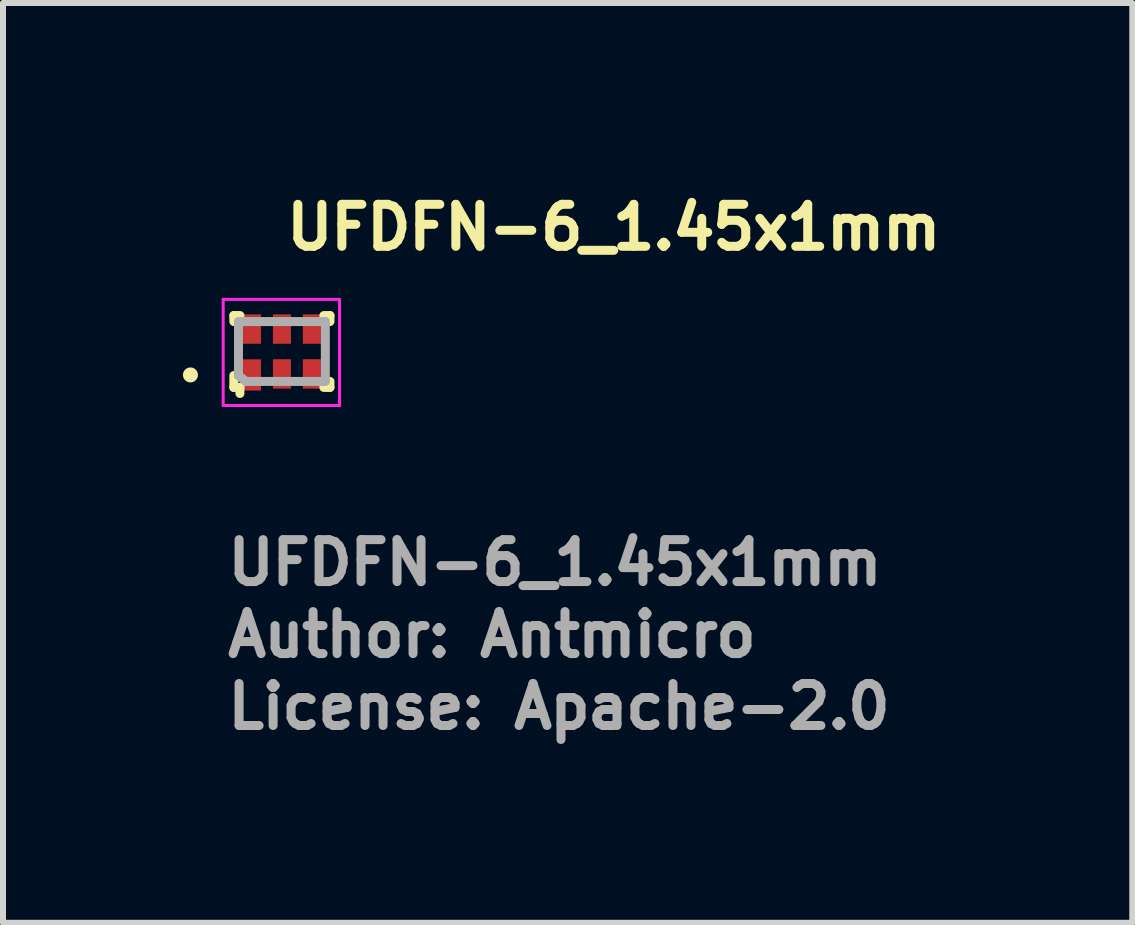
<source format=kicad_pcb>
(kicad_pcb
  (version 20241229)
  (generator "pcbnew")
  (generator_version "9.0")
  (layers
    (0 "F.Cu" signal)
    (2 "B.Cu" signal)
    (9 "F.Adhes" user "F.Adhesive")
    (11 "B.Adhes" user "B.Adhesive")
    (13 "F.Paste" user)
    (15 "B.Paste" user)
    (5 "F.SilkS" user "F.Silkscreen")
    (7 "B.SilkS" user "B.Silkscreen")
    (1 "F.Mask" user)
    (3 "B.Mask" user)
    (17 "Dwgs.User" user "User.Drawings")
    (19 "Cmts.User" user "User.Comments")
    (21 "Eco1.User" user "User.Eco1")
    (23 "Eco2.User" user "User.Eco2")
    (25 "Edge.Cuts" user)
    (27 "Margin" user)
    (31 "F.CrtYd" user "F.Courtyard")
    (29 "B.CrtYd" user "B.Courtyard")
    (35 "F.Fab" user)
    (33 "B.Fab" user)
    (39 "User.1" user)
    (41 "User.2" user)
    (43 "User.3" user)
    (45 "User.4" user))
  (footprint "UFDFN-6_1.45x1mm"
    (layer "F.Cu")
    (at 1.651 2.811)
    (property "Reference" "UFDFN-6_1.45x1mm" (at 0 -1.661 0) (layer "F.SilkS") (effects (font (size 0.7 0.7) (thickness 0.15)) (justify left bottom)))
    (attr smd)
    (fp_line (start -0.802 -0.6) (end -0.802 -0.5) (stroke (width 0.15) (type solid)) (layer "F.SilkS"))
    (fp_line (start -0.802 0.4) (end -0.802 0.598) (stroke (width 0.15) (type solid)) (layer "F.SilkS"))
    (fp_line (start -0.802 0.598) (end -0.701 0.598) (stroke (width 0.15) (type solid)) (layer "F.SilkS"))
    (fp_line (start -0.701 -0.6) (end -0.802 -0.6) (stroke (width 0.15) (type solid)) (layer "F.SilkS"))
    (fp_line (start -0.701 0.598) (end -0.701 0.699) (stroke (width 0.15) (type solid)) (layer "F.SilkS"))
    (fp_line (start 0.699 -0.6) (end 0.8 -0.6) (stroke (width 0.15) (type solid)) (layer "F.SilkS"))
    (fp_line (start 0.699 0.598) (end 0.8 0.598) (stroke (width 0.15) (type solid)) (layer "F.SilkS"))
    (fp_line (start 0.8 -0.6) (end 0.8 -0.5) (stroke (width 0.15) (type solid)) (layer "F.SilkS"))
    (fp_line (start 0.8 0.598) (end 0.8 0.498) (stroke (width 0.15) (type solid)) (layer "F.SilkS"))
    (fp_circle (center -1.526 0.39) (end -1.476 0.39) (stroke (width 0.15) (type solid)) (fill yes) (layer "F.SilkS"))
    (fp_line (start -0.98 -0.87) (end 0.96 -0.87) (stroke (width 0.05) (type solid)) (layer "F.CrtYd"))
    (fp_line (start -0.98 0.9) (end -0.98 -0.87) (stroke (width 0.05) (type solid)) (layer "F.CrtYd"))
    (fp_line (start -0.98 0.9) (end 0.96 0.9) (stroke (width 0.05) (type solid)) (layer "F.CrtYd"))
    (fp_line (start 0.96 0.9) (end 0.96 -0.87) (stroke (width 0.05) (type solid)) (layer "F.CrtYd"))
    (fp_line (start -0.725 0.4) (end -0.725 -0.5) (stroke (width 0.15) (type solid)) (layer "F.Fab"))
    (fp_line (start -0.725 0.4) (end -0.6 0.498) (stroke (width 0.15) (type solid)) (layer "F.Fab"))
    (fp_line (start -0.72 -0.5) (end 0.718 -0.5) (stroke (width 0.15) (type solid)) (layer "F.Fab"))
    (fp_line (start -0.6 0.498) (end 0.718 0.498) (stroke (width 0.15) (type solid)) (layer "F.Fab"))
    (fp_line (start 0.723 0.498) (end 0.723 -0.5) (stroke (width 0.15) (type solid)) (layer "F.Fab"))
    (fp_rect (start -0.725 -0.5) (end 0.723 0.498) (stroke (width 0.1) (type solid)) (fill no) (layer "User.5"))
    (fp_line (start -0.725 -0.5) (end -0.725 0.498) (stroke (width 0.02) (type solid)) (layer "User.9"))
    (fp_line (start -0.725 0.498) (end 0.723 0.498) (stroke (width 0.02) (type solid)) (layer "User.9"))
    (fp_line (start 0.458 -0.339) (end 0.458 -0.337) (stroke (width 0.02) (type solid)) (layer "User.9"))
    (fp_line (start 0.458 -0.339) (end 0.458 -0.337) (stroke (width 0.02) (type solid)) (layer "User.9"))
    (fp_line (start 0.458 -0.337) (end 0.458 -0.335) (stroke (width 0.02) (type solid)) (layer "User.9"))
    (fp_line (start 0.458 -0.337) (end 0.458 -0.335) (stroke (width 0.02) (type solid)) (layer "User.9"))
    (fp_line (start 0.458 -0.335) (end 0.458 -0.332) (stroke (width 0.02) (type solid)) (layer "User.9"))
    (fp_line (start 0.458 -0.335) (end 0.458 -0.332) (stroke (width 0.02) (type solid)) (layer "User.9"))
    (fp_line (start 0.458 -0.332) (end 0.458 -0.33) (stroke (width 0.02) (type solid)) (layer "User.9"))
    (fp_line (start 0.458 -0.332) (end 0.458 -0.33) (stroke (width 0.02) (type solid)) (layer "User.9"))
    (fp_line (start 0.458 -0.33) (end 0.458 -0.326) (stroke (width 0.02) (type solid)) (layer "User.9"))
    (fp_line (start 0.458 -0.33) (end 0.458 -0.326) (stroke (width 0.02) (type solid)) (layer "User.9"))
    (fp_line (start 0.458 -0.326) (end 0.458 -0.322) (stroke (width 0.02) (type solid)) (layer "User.9"))
    (fp_line (start 0.458 -0.326) (end 0.458 -0.322) (stroke (width 0.02) (type solid)) (layer "User.9"))
    (fp_line (start 0.458 -0.322) (end 0.459 -0.317) (stroke (width 0.02) (type solid)) (layer "User.9"))
    (fp_line (start 0.458 -0.322) (end 0.459 -0.317) (stroke (width 0.02) (type solid)) (layer "User.9"))
    (fp_line (start 0.459 -0.345) (end 0.459 -0.343) (stroke (width 0.02) (type solid)) (layer "User.9"))
    (fp_line (start 0.459 -0.345) (end 0.459 -0.343) (stroke (width 0.02) (type solid)) (layer "User.9"))
    (fp_line (start 0.459 -0.343) (end 0.459 -0.341) (stroke (width 0.02) (type solid)) (layer "User.9"))
    (fp_line (start 0.459 -0.343) (end 0.459 -0.341) (stroke (width 0.02) (type solid)) (layer "User.9"))
    (fp_line (start 0.459 -0.341) (end 0.458 -0.339) (stroke (width 0.02) (type solid)) (layer "User.9"))
    (fp_line (start 0.459 -0.341) (end 0.458 -0.339) (stroke (width 0.02) (type solid)) (layer "User.9"))
    (fp_line (start 0.459 -0.317) (end 0.46 -0.313) (stroke (width 0.02) (type solid)) (layer "User.9"))
    (fp_line (start 0.459 -0.317) (end 0.46 -0.313) (stroke (width 0.02) (type solid)) (layer "User.9"))
    (fp_line (start 0.46 -0.347) (end 0.459 -0.345) (stroke (width 0.02) (type solid)) (layer "User.9"))
    (fp_line (start 0.46 -0.347) (end 0.459 -0.345) (stroke (width 0.02) (type solid)) (layer "User.9"))
    (fp_line (start 0.46 -0.313) (end 0.461 -0.309) (stroke (width 0.02) (type solid)) (layer "User.9"))
    (fp_line (start 0.46 -0.313) (end 0.461 -0.309) (stroke (width 0.02) (type solid)) (layer "User.9"))
    (fp_line (start 0.461 -0.35) (end 0.461 -0.349) (stroke (width 0.02) (type solid)) (layer "User.9"))
    (fp_line (start 0.461 -0.35) (end 0.461 -0.349) (stroke (width 0.02) (type solid)) (layer "User.9"))
    (fp_line (start 0.461 -0.349) (end 0.46 -0.347) (stroke (width 0.02) (type solid)) (layer "User.9"))
    (fp_line (start 0.461 -0.349) (end 0.46 -0.347) (stroke (width 0.02) (type solid)) (layer "User.9"))
    (fp_line (start 0.461 -0.309) (end 0.463 -0.306) (stroke (width 0.02) (type solid)) (layer "User.9"))
    (fp_line (start 0.461 -0.309) (end 0.463 -0.306) (stroke (width 0.02) (type solid)) (layer "User.9"))
    (fp_line (start 0.462 -0.352) (end 0.461 -0.35) (stroke (width 0.02) (type solid)) (layer "User.9"))
    (fp_line (start 0.462 -0.352) (end 0.461 -0.35) (stroke (width 0.02) (type solid)) (layer "User.9"))
    (fp_line (start 0.463 -0.355) (end 0.463 -0.353) (stroke (width 0.02) (type solid)) (layer "User.9"))
    (fp_line (start 0.463 -0.355) (end 0.463 -0.353) (stroke (width 0.02) (type solid)) (layer "User.9"))
    (fp_line (start 0.463 -0.353) (end 0.462 -0.352) (stroke (width 0.02) (type solid)) (layer "User.9"))
    (fp_line (start 0.463 -0.353) (end 0.462 -0.352) (stroke (width 0.02) (type solid)) (layer "User.9"))
    (fp_line (start 0.463 -0.306) (end 0.464 -0.302) (stroke (width 0.02) (type solid)) (layer "User.9"))
    (fp_line (start 0.463 -0.306) (end 0.464 -0.302) (stroke (width 0.02) (type solid)) (layer "User.9"))
    (fp_line (start 0.464 -0.357) (end 0.463 -0.355) (stroke (width 0.02) (type solid)) (layer "User.9"))
    (fp_line (start 0.464 -0.357) (end 0.463 -0.355) (stroke (width 0.02) (type solid)) (layer "User.9"))
    (fp_line (start 0.464 -0.302) (end 0.466 -0.298) (stroke (width 0.02) (type solid)) (layer "User.9"))
    (fp_line (start 0.464 -0.302) (end 0.466 -0.298) (stroke (width 0.02) (type solid)) (layer "User.9"))
    (fp_line (start 0.465 -0.359) (end 0.464 -0.357) (stroke (width 0.02) (type solid)) (layer "User.9"))
    (fp_line (start 0.465 -0.359) (end 0.464 -0.357) (stroke (width 0.02) (type solid)) (layer "User.9"))
    (fp_line (start 0.466 -0.36) (end 0.465 -0.359) (stroke (width 0.02) (type solid)) (layer "User.9"))
    (fp_line (start 0.466 -0.36) (end 0.465 -0.359) (stroke (width 0.02) (type solid)) (layer "User.9"))
    (fp_line (start 0.466 -0.298) (end 0.468 -0.295) (stroke (width 0.02) (type solid)) (layer "User.9"))
    (fp_line (start 0.466 -0.298) (end 0.468 -0.295) (stroke (width 0.02) (type solid)) (layer "User.9"))
    (fp_line (start 0.467 -0.362) (end 0.466 -0.36) (stroke (width 0.02) (type solid)) (layer "User.9"))
    (fp_line (start 0.467 -0.362) (end 0.466 -0.36) (stroke (width 0.02) (type solid)) (layer "User.9"))
    (fp_line (start 0.468 -0.364) (end 0.467 -0.362) (stroke (width 0.02) (type solid)) (layer "User.9"))
    (fp_line (start 0.468 -0.364) (end 0.467 -0.362) (stroke (width 0.02) (type solid)) (layer "User.9"))
    (fp_line (start 0.468 -0.295) (end 0.471 -0.292) (stroke (width 0.02) (type solid)) (layer "User.9"))
    (fp_line (start 0.468 -0.295) (end 0.471 -0.292) (stroke (width 0.02) (type solid)) (layer "User.9"))
    (fp_line (start 0.469 -0.365) (end 0.468 -0.364) (stroke (width 0.02) (type solid)) (layer "User.9"))
    (fp_line (start 0.469 -0.365) (end 0.468 -0.364) (stroke (width 0.02) (type solid)) (layer "User.9"))
    (fp_line (start 0.471 -0.367) (end 0.469 -0.365) (stroke (width 0.02) (type solid)) (layer "User.9"))
    (fp_line (start 0.471 -0.367) (end 0.469 -0.365) (stroke (width 0.02) (type solid)) (layer "User.9"))
    (fp_line (start 0.471 -0.292) (end 0.473 -0.289) (stroke (width 0.02) (type solid)) (layer "User.9"))
    (fp_line (start 0.471 -0.292) (end 0.473 -0.289) (stroke (width 0.02) (type solid)) (layer "User.9"))
    (fp_line (start 0.472 -0.369) (end 0.471 -0.367) (stroke (width 0.02) (type solid)) (layer "User.9"))
    (fp_line (start 0.472 -0.369) (end 0.471 -0.367) (stroke (width 0.02) (type solid)) (layer "User.9"))
    (fp_line (start 0.473 -0.37) (end 0.472 -0.369) (stroke (width 0.02) (type solid)) (layer "User.9"))
    (fp_line (start 0.473 -0.37) (end 0.472 -0.369) (stroke (width 0.02) (type solid)) (layer "User.9"))
    (fp_line (start 0.473 -0.289) (end 0.476 -0.287) (stroke (width 0.02) (type solid)) (layer "User.9"))
    (fp_line (start 0.473 -0.289) (end 0.476 -0.287) (stroke (width 0.02) (type solid)) (layer "User.9"))
    (fp_line (start 0.474 -0.372) (end 0.473 -0.37) (stroke (width 0.02) (type solid)) (layer "User.9"))
    (fp_line (start 0.474 -0.372) (end 0.473 -0.37) (stroke (width 0.02) (type solid)) (layer "User.9"))
    (fp_line (start 0.476 -0.373) (end 0.474 -0.372) (stroke (width 0.02) (type solid)) (layer "User.9"))
    (fp_line (start 0.476 -0.373) (end 0.474 -0.372) (stroke (width 0.02) (type solid)) (layer "User.9"))
    (fp_line (start 0.476 -0.287) (end 0.479 -0.284) (stroke (width 0.02) (type solid)) (layer "User.9"))
    (fp_line (start 0.476 -0.287) (end 0.479 -0.284) (stroke (width 0.02) (type solid)) (layer "User.9"))
    (fp_line (start 0.477 -0.375) (end 0.476 -0.373) (stroke (width 0.02) (type solid)) (layer "User.9"))
    (fp_line (start 0.477 -0.375) (end 0.476 -0.373) (stroke (width 0.02) (type solid)) (layer "User.9"))
    (fp_line (start 0.479 -0.377) (end 0.479 -0.376) (stroke (width 0.02) (type solid)) (layer "User.9"))
    (fp_line (start 0.479 -0.377) (end 0.479 -0.376) (stroke (width 0.02) (type solid)) (layer "User.9"))
    (fp_line (start 0.479 -0.376) (end 0.477 -0.375) (stroke (width 0.02) (type solid)) (layer "User.9"))
    (fp_line (start 0.479 -0.376) (end 0.477 -0.375) (stroke (width 0.02) (type solid)) (layer "User.9"))
    (fp_line (start 0.479 -0.284) (end 0.481 -0.281) (stroke (width 0.02) (type solid)) (layer "User.9"))
    (fp_line (start 0.479 -0.284) (end 0.481 -0.281) (stroke (width 0.02) (type solid)) (layer "User.9"))
    (fp_line (start 0.481 -0.379) (end 0.479 -0.377) (stroke (width 0.02) (type solid)) (layer "User.9"))
    (fp_line (start 0.481 -0.379) (end 0.479 -0.377) (stroke (width 0.02) (type solid)) (layer "User.9"))
    (fp_line (start 0.481 -0.281) (end 0.484 -0.279) (stroke (width 0.02) (type solid)) (layer "User.9"))
    (fp_line (start 0.481 -0.281) (end 0.484 -0.279) (stroke (width 0.02) (type solid)) (layer "User.9"))
    (fp_line (start 0.483 -0.38) (end 0.481 -0.379) (stroke (width 0.02) (type solid)) (layer "User.9"))
    (fp_line (start 0.483 -0.38) (end 0.481 -0.379) (stroke (width 0.02) (type solid)) (layer "User.9"))
    (fp_line (start 0.484 -0.381) (end 0.483 -0.38) (stroke (width 0.02) (type solid)) (layer "User.9"))
    (fp_line (start 0.484 -0.381) (end 0.483 -0.38) (stroke (width 0.02) (type solid)) (layer "User.9"))
    (fp_line (start 0.484 -0.279) (end 0.488 -0.277) (stroke (width 0.02) (type solid)) (layer "User.9"))
    (fp_line (start 0.484 -0.279) (end 0.488 -0.277) (stroke (width 0.02) (type solid)) (layer "User.9"))
    (fp_line (start 0.486 -0.382) (end 0.484 -0.381) (stroke (width 0.02) (type solid)) (layer "User.9"))
    (fp_line (start 0.486 -0.382) (end 0.484 -0.381) (stroke (width 0.02) (type solid)) (layer "User.9"))
    (fp_line (start 0.488 -0.383) (end 0.486 -0.382) (stroke (width 0.02) (type solid)) (layer "User.9"))
    (fp_line (start 0.488 -0.383) (end 0.486 -0.382) (stroke (width 0.02) (type solid)) (layer "User.9"))
    (fp_line (start 0.488 -0.383) (end 0.488 -0.383) (stroke (width 0.02) (type solid)) (layer "User.9"))
    (fp_line (start 0.488 -0.383) (end 0.488 -0.383) (stroke (width 0.02) (type solid)) (layer "User.9"))
    (fp_line (start 0.488 -0.277) (end 0.488 -0.277) (stroke (width 0.02) (type solid)) (layer "User.9"))
    (fp_line (start 0.488 -0.277) (end 0.488 -0.277) (stroke (width 0.02) (type solid)) (layer "User.9"))
    (fp_line (start 0.488 -0.277) (end 0.491 -0.275) (stroke (width 0.02) (type solid)) (layer "User.9"))
    (fp_line (start 0.488 -0.277) (end 0.491 -0.275) (stroke (width 0.02) (type solid)) (layer "User.9"))
    (fp_line (start 0.491 -0.386) (end 0.488 -0.383) (stroke (width 0.02) (type solid)) (layer "User.9"))
    (fp_line (start 0.491 -0.386) (end 0.488 -0.383) (stroke (width 0.02) (type solid)) (layer "User.9"))
    (fp_line (start 0.491 -0.275) (end 0.495 -0.273) (stroke (width 0.02) (type solid)) (layer "User.9"))
    (fp_line (start 0.491 -0.275) (end 0.495 -0.273) (stroke (width 0.02) (type solid)) (layer "User.9"))
    (fp_line (start 0.495 -0.388) (end 0.491 -0.386) (stroke (width 0.02) (type solid)) (layer "User.9"))
    (fp_line (start 0.495 -0.388) (end 0.491 -0.386) (stroke (width 0.02) (type solid)) (layer "User.9"))
    (fp_line (start 0.495 -0.273) (end 0.499 -0.272) (stroke (width 0.02) (type solid)) (layer "User.9"))
    (fp_line (start 0.495 -0.273) (end 0.499 -0.272) (stroke (width 0.02) (type solid)) (layer "User.9"))
    (fp_line (start 0.499 -0.389) (end 0.495 -0.388) (stroke (width 0.02) (type solid)) (layer "User.9"))
    (fp_line (start 0.499 -0.389) (end 0.495 -0.388) (stroke (width 0.02) (type solid)) (layer "User.9"))
    (fp_line (start 0.499 -0.272) (end 0.503 -0.27) (stroke (width 0.02) (type solid)) (layer "User.9"))
    (fp_line (start 0.499 -0.272) (end 0.503 -0.27) (stroke (width 0.02) (type solid)) (layer "User.9"))
    (fp_line (start 0.503 -0.39) (end 0.499 -0.389) (stroke (width 0.02) (type solid)) (layer "User.9"))
    (fp_line (start 0.503 -0.39) (end 0.499 -0.389) (stroke (width 0.02) (type solid)) (layer "User.9"))
    (fp_line (start 0.503 -0.27) (end 0.507 -0.27) (stroke (width 0.02) (type solid)) (layer "User.9"))
    (fp_line (start 0.503 -0.27) (end 0.507 -0.27) (stroke (width 0.02) (type solid)) (layer "User.9"))
    (fp_line (start 0.507 -0.391) (end 0.503 -0.39) (stroke (width 0.02) (type solid)) (layer "User.9"))
    (fp_line (start 0.507 -0.391) (end 0.503 -0.39) (stroke (width 0.02) (type solid)) (layer "User.9"))
    (fp_line (start 0.507 -0.27) (end 0.512 -0.269) (stroke (width 0.02) (type solid)) (layer "User.9"))
    (fp_line (start 0.507 -0.27) (end 0.512 -0.269) (stroke (width 0.02) (type solid)) (layer "User.9"))
    (fp_line (start 0.512 -0.392) (end 0.507 -0.391) (stroke (width 0.02) (type solid)) (layer "User.9"))
    (fp_line (start 0.512 -0.392) (end 0.507 -0.391) (stroke (width 0.02) (type solid)) (layer "User.9"))
    (fp_line (start 0.512 -0.269) (end 0.516 -0.269) (stroke (width 0.02) (type solid)) (layer "User.9"))
    (fp_line (start 0.512 -0.269) (end 0.516 -0.269) (stroke (width 0.02) (type solid)) (layer "User.9"))
    (fp_line (start 0.516 -0.392) (end 0.512 -0.392) (stroke (width 0.02) (type solid)) (layer "User.9"))
    (fp_line (start 0.516 -0.392) (end 0.512 -0.392) (stroke (width 0.02) (type solid)) (layer "User.9"))
    (fp_line (start 0.516 -0.269) (end 0.52 -0.268) (stroke (width 0.02) (type solid)) (layer "User.9"))
    (fp_line (start 0.516 -0.269) (end 0.52 -0.268) (stroke (width 0.02) (type solid)) (layer "User.9"))
    (fp_line (start 0.52 -0.392) (end 0.516 -0.392) (stroke (width 0.02) (type solid)) (layer "User.9"))
    (fp_line (start 0.52 -0.392) (end 0.516 -0.392) (stroke (width 0.02) (type solid)) (layer "User.9"))
    (fp_line (start 0.52 -0.268) (end 0.524 -0.269) (stroke (width 0.02) (type solid)) (layer "User.9"))
    (fp_line (start 0.52 -0.268) (end 0.524 -0.269) (stroke (width 0.02) (type solid)) (layer "User.9"))
    (fp_line (start 0.524 -0.392) (end 0.52 -0.392) (stroke (width 0.02) (type solid)) (layer "User.9"))
    (fp_line (start 0.524 -0.392) (end 0.52 -0.392) (stroke (width 0.02) (type solid)) (layer "User.9"))
    (fp_line (start 0.524 -0.269) (end 0.528 -0.269) (stroke (width 0.02) (type solid)) (layer "User.9"))
    (fp_line (start 0.524 -0.269) (end 0.528 -0.269) (stroke (width 0.02) (type solid)) (layer "User.9"))
    (fp_line (start 0.528 -0.392) (end 0.524 -0.392) (stroke (width 0.02) (type solid)) (layer "User.9"))
    (fp_line (start 0.528 -0.392) (end 0.524 -0.392) (stroke (width 0.02) (type solid)) (layer "User.9"))
    (fp_line (start 0.528 -0.269) (end 0.532 -0.27) (stroke (width 0.02) (type solid)) (layer "User.9"))
    (fp_line (start 0.528 -0.269) (end 0.532 -0.27) (stroke (width 0.02) (type solid)) (layer "User.9"))
    (fp_line (start 0.532 -0.391) (end 0.528 -0.392) (stroke (width 0.02) (type solid)) (layer "User.9"))
    (fp_line (start 0.532 -0.391) (end 0.528 -0.392) (stroke (width 0.02) (type solid)) (layer "User.9"))
    (fp_line (start 0.532 -0.27) (end 0.536 -0.27) (stroke (width 0.02) (type solid)) (layer "User.9"))
    (fp_line (start 0.532 -0.27) (end 0.536 -0.27) (stroke (width 0.02) (type solid)) (layer "User.9"))
    (fp_line (start 0.536 -0.39) (end 0.532 -0.391) (stroke (width 0.02) (type solid)) (layer "User.9"))
    (fp_line (start 0.536 -0.39) (end 0.532 -0.391) (stroke (width 0.02) (type solid)) (layer "User.9"))
    (fp_line (start 0.536 -0.27) (end 0.54 -0.272) (stroke (width 0.02) (type solid)) (layer "User.9"))
    (fp_line (start 0.536 -0.27) (end 0.54 -0.272) (stroke (width 0.02) (type solid)) (layer "User.9"))
    (fp_line (start 0.54 -0.389) (end 0.536 -0.39) (stroke (width 0.02) (type solid)) (layer "User.9"))
    (fp_line (start 0.54 -0.389) (end 0.536 -0.39) (stroke (width 0.02) (type solid)) (layer "User.9"))
    (fp_line (start 0.54 -0.272) (end 0.543 -0.273) (stroke (width 0.02) (type solid)) (layer "User.9"))
    (fp_line (start 0.54 -0.272) (end 0.543 -0.273) (stroke (width 0.02) (type solid)) (layer "User.9"))
    (fp_line (start 0.543 -0.388) (end 0.54 -0.389) (stroke (width 0.02) (type solid)) (layer "User.9"))
    (fp_line (start 0.543 -0.388) (end 0.54 -0.389) (stroke (width 0.02) (type solid)) (layer "User.9"))
    (fp_line (start 0.543 -0.273) (end 0.547 -0.275) (stroke (width 0.02) (type solid)) (layer "User.9"))
    (fp_line (start 0.543 -0.273) (end 0.547 -0.275) (stroke (width 0.02) (type solid)) (layer "User.9"))
    (fp_line (start 0.547 -0.386) (end 0.543 -0.388) (stroke (width 0.02) (type solid)) (layer "User.9"))
    (fp_line (start 0.547 -0.386) (end 0.543 -0.388) (stroke (width 0.02) (type solid)) (layer "User.9"))
    (fp_line (start 0.547 -0.275) (end 0.551 -0.277) (stroke (width 0.02) (type solid)) (layer "User.9"))
    (fp_line (start 0.547 -0.275) (end 0.551 -0.277) (stroke (width 0.02) (type solid)) (layer "User.9"))
    (fp_line (start 0.551 -0.383) (end 0.547 -0.386) (stroke (width 0.02) (type solid)) (layer "User.9"))
    (fp_line (start 0.551 -0.383) (end 0.547 -0.386) (stroke (width 0.02) (type solid)) (layer "User.9"))
    (fp_line (start 0.551 -0.383) (end 0.551 -0.383) (stroke (width 0.02) (type solid)) (layer "User.9"))
    (fp_line (start 0.551 -0.383) (end 0.551 -0.383) (stroke (width 0.02) (type solid)) (layer "User.9"))
    (fp_line (start 0.551 -0.277) (end 0.551 -0.277) (stroke (width 0.02) (type solid)) (layer "User.9"))
    (fp_line (start 0.551 -0.277) (end 0.551 -0.277) (stroke (width 0.02) (type solid)) (layer "User.9"))
    (fp_line (start 0.551 -0.277) (end 0.553 -0.278) (stroke (width 0.02) (type solid)) (layer "User.9"))
    (fp_line (start 0.551 -0.277) (end 0.553 -0.278) (stroke (width 0.02) (type solid)) (layer "User.9"))
    (fp_line (start 0.553 -0.278) (end 0.554 -0.279) (stroke (width 0.02) (type solid)) (layer "User.9"))
    (fp_line (start 0.553 -0.278) (end 0.554 -0.279) (stroke (width 0.02) (type solid)) (layer "User.9"))
    (fp_line (start 0.554 -0.381) (end 0.551 -0.383) (stroke (width 0.02) (type solid)) (layer "User.9"))
    (fp_line (start 0.554 -0.381) (end 0.551 -0.383) (stroke (width 0.02) (type solid)) (layer "User.9"))
    (fp_line (start 0.554 -0.279) (end 0.556 -0.28) (stroke (width 0.02) (type solid)) (layer "User.9"))
    (fp_line (start 0.554 -0.279) (end 0.556 -0.28) (stroke (width 0.02) (type solid)) (layer "User.9"))
    (fp_line (start 0.556 -0.28) (end 0.558 -0.281) (stroke (width 0.02) (type solid)) (layer "User.9"))
    (fp_line (start 0.556 -0.28) (end 0.558 -0.281) (stroke (width 0.02) (type solid)) (layer "User.9"))
    (fp_line (start 0.558 -0.379) (end 0.554 -0.381) (stroke (width 0.02) (type solid)) (layer "User.9"))
    (fp_line (start 0.558 -0.379) (end 0.554 -0.381) (stroke (width 0.02) (type solid)) (layer "User.9"))
    (fp_line (start 0.558 -0.281) (end 0.559 -0.283) (stroke (width 0.02) (type solid)) (layer "User.9"))
    (fp_line (start 0.558 -0.281) (end 0.559 -0.283) (stroke (width 0.02) (type solid)) (layer "User.9"))
    (fp_line (start 0.559 -0.283) (end 0.561 -0.284) (stroke (width 0.02) (type solid)) (layer "User.9"))
    (fp_line (start 0.559 -0.283) (end 0.561 -0.284) (stroke (width 0.02) (type solid)) (layer "User.9"))
    (fp_line (start 0.561 -0.376) (end 0.558 -0.379) (stroke (width 0.02) (type solid)) (layer "User.9"))
    (fp_line (start 0.561 -0.376) (end 0.558 -0.379) (stroke (width 0.02) (type solid)) (layer "User.9"))
    (fp_line (start 0.561 -0.284) (end 0.562 -0.285) (stroke (width 0.02) (type solid)) (layer "User.9"))
    (fp_line (start 0.561 -0.284) (end 0.562 -0.285) (stroke (width 0.02) (type solid)) (layer "User.9"))
    (fp_line (start 0.562 -0.285) (end 0.564 -0.287) (stroke (width 0.02) (type solid)) (layer "User.9"))
    (fp_line (start 0.562 -0.285) (end 0.564 -0.287) (stroke (width 0.02) (type solid)) (layer "User.9"))
    (fp_line (start 0.564 -0.373) (end 0.561 -0.376) (stroke (width 0.02) (type solid)) (layer "User.9"))
    (fp_line (start 0.564 -0.373) (end 0.561 -0.376) (stroke (width 0.02) (type solid)) (layer "User.9"))
    (fp_line (start 0.564 -0.287) (end 0.565 -0.288) (stroke (width 0.02) (type solid)) (layer "User.9"))
    (fp_line (start 0.564 -0.287) (end 0.565 -0.288) (stroke (width 0.02) (type solid)) (layer "User.9"))
    (fp_line (start 0.565 -0.288) (end 0.567 -0.289) (stroke (width 0.02) (type solid)) (layer "User.9"))
    (fp_line (start 0.565 -0.288) (end 0.567 -0.289) (stroke (width 0.02) (type solid)) (layer "User.9"))
    (fp_line (start 0.567 -0.37) (end 0.564 -0.373) (stroke (width 0.02) (type solid)) (layer "User.9"))
    (fp_line (start 0.567 -0.37) (end 0.564 -0.373) (stroke (width 0.02) (type solid)) (layer "User.9"))
    (fp_line (start 0.567 -0.289) (end 0.568 -0.29) (stroke (width 0.02) (type solid)) (layer "User.9"))
    (fp_line (start 0.567 -0.289) (end 0.568 -0.29) (stroke (width 0.02) (type solid)) (layer "User.9"))
    (fp_line (start 0.568 -0.29) (end 0.569 -0.292) (stroke (width 0.02) (type solid)) (layer "User.9"))
    (fp_line (start 0.568 -0.29) (end 0.569 -0.292) (stroke (width 0.02) (type solid)) (layer "User.9"))
    (fp_line (start 0.569 -0.367) (end 0.567 -0.37) (stroke (width 0.02) (type solid)) (layer "User.9"))
    (fp_line (start 0.569 -0.367) (end 0.567 -0.37) (stroke (width 0.02) (type solid)) (layer "User.9"))
    (fp_line (start 0.569 -0.292) (end 0.57 -0.293) (stroke (width 0.02) (type solid)) (layer "User.9"))
    (fp_line (start 0.569 -0.292) (end 0.57 -0.293) (stroke (width 0.02) (type solid)) (layer "User.9"))
    (fp_line (start 0.57 -0.293) (end 0.571 -0.295) (stroke (width 0.02) (type solid)) (layer "User.9"))
    (fp_line (start 0.57 -0.293) (end 0.571 -0.295) (stroke (width 0.02) (type solid)) (layer "User.9"))
    (fp_line (start 0.571 -0.364) (end 0.569 -0.367) (stroke (width 0.02) (type solid)) (layer "User.9"))
    (fp_line (start 0.571 -0.364) (end 0.569 -0.367) (stroke (width 0.02) (type solid)) (layer "User.9"))
    (fp_line (start 0.571 -0.295) (end 0.573 -0.297) (stroke (width 0.02) (type solid)) (layer "User.9"))
    (fp_line (start 0.571 -0.295) (end 0.573 -0.297) (stroke (width 0.02) (type solid)) (layer "User.9"))
    (fp_line (start 0.573 -0.297) (end 0.574 -0.298) (stroke (width 0.02) (type solid)) (layer "User.9"))
    (fp_line (start 0.573 -0.297) (end 0.574 -0.298) (stroke (width 0.02) (type solid)) (layer "User.9"))
    (fp_line (start 0.574 -0.36) (end 0.571 -0.364) (stroke (width 0.02) (type solid)) (layer "User.9"))
    (fp_line (start 0.574 -0.36) (end 0.571 -0.364) (stroke (width 0.02) (type solid)) (layer "User.9"))
    (fp_line (start 0.574 -0.298) (end 0.575 -0.3) (stroke (width 0.02) (type solid)) (layer "User.9"))
    (fp_line (start 0.574 -0.298) (end 0.575 -0.3) (stroke (width 0.02) (type solid)) (layer "User.9"))
    (fp_line (start 0.575 -0.357) (end 0.574 -0.36) (stroke (width 0.02) (type solid)) (layer "User.9"))
    (fp_line (start 0.575 -0.357) (end 0.574 -0.36) (stroke (width 0.02) (type solid)) (layer "User.9"))
    (fp_line (start 0.575 -0.302) (end 0.576 -0.304) (stroke (width 0.02) (type solid)) (layer "User.9"))
    (fp_line (start 0.575 -0.302) (end 0.576 -0.304) (stroke (width 0.02) (type solid)) (layer "User.9"))
    (fp_line (start 0.575 -0.3) (end 0.575 -0.302) (stroke (width 0.02) (type solid)) (layer "User.9"))
    (fp_line (start 0.575 -0.3) (end 0.575 -0.302) (stroke (width 0.02) (type solid)) (layer "User.9"))
    (fp_line (start 0.576 -0.353) (end 0.575 -0.357) (stroke (width 0.02) (type solid)) (layer "User.9"))
    (fp_line (start 0.576 -0.353) (end 0.575 -0.357) (stroke (width 0.02) (type solid)) (layer "User.9"))
    (fp_line (start 0.576 -0.306) (end 0.577 -0.307) (stroke (width 0.02) (type solid)) (layer "User.9"))
    (fp_line (start 0.576 -0.306) (end 0.577 -0.307) (stroke (width 0.02) (type solid)) (layer "User.9"))
    (fp_line (start 0.576 -0.304) (end 0.576 -0.306) (stroke (width 0.02) (type solid)) (layer "User.9"))
    (fp_line (start 0.576 -0.304) (end 0.576 -0.306) (stroke (width 0.02) (type solid)) (layer "User.9"))
    (fp_line (start 0.577 -0.307) (end 0.578 -0.309) (stroke (width 0.02) (type solid)) (layer "User.9"))
    (fp_line (start 0.577 -0.307) (end 0.578 -0.309) (stroke (width 0.02) (type solid)) (layer "User.9"))
    (fp_line (start 0.578 -0.35) (end 0.576 -0.353) (stroke (width 0.02) (type solid)) (layer "User.9"))
    (fp_line (start 0.578 -0.35) (end 0.576 -0.353) (stroke (width 0.02) (type solid)) (layer "User.9"))
    (fp_line (start 0.578 -0.311) (end 0.579 -0.313) (stroke (width 0.02) (type solid)) (layer "User.9"))
    (fp_line (start 0.578 -0.311) (end 0.579 -0.313) (stroke (width 0.02) (type solid)) (layer "User.9"))
    (fp_line (start 0.578 -0.309) (end 0.578 -0.311) (stroke (width 0.02) (type solid)) (layer "User.9"))
    (fp_line (start 0.578 -0.309) (end 0.578 -0.311) (stroke (width 0.02) (type solid)) (layer "User.9"))
    (fp_line (start 0.579 -0.347) (end 0.578 -0.35) (stroke (width 0.02) (type solid)) (layer "User.9"))
    (fp_line (start 0.579 -0.347) (end 0.578 -0.35) (stroke (width 0.02) (type solid)) (layer "User.9"))
    (fp_line (start 0.579 -0.315) (end 0.58 -0.317) (stroke (width 0.02) (type solid)) (layer "User.9"))
    (fp_line (start 0.579 -0.315) (end 0.58 -0.317) (stroke (width 0.02) (type solid)) (layer "User.9"))
    (fp_line (start 0.579 -0.313) (end 0.579 -0.315) (stroke (width 0.02) (type solid)) (layer "User.9"))
    (fp_line (start 0.579 -0.313) (end 0.579 -0.315) (stroke (width 0.02) (type solid)) (layer "User.9"))
    (fp_line (start 0.58 -0.343) (end 0.579 -0.347) (stroke (width 0.02) (type solid)) (layer "User.9"))
    (fp_line (start 0.58 -0.343) (end 0.579 -0.347) (stroke (width 0.02) (type solid)) (layer "User.9"))
    (fp_line (start 0.58 -0.339) (end 0.58 -0.343) (stroke (width 0.02) (type solid)) (layer "User.9"))
    (fp_line (start 0.58 -0.339) (end 0.58 -0.343) (stroke (width 0.02) (type solid)) (layer "User.9"))
    (fp_line (start 0.58 -0.322) (end 0.581 -0.324) (stroke (width 0.02) (type solid)) (layer "User.9"))
    (fp_line (start 0.58 -0.322) (end 0.581 -0.324) (stroke (width 0.02) (type solid)) (layer "User.9"))
    (fp_line (start 0.58 -0.319) (end 0.58 -0.322) (stroke (width 0.02) (type solid)) (layer "User.9"))
    (fp_line (start 0.58 -0.319) (end 0.58 -0.322) (stroke (width 0.02) (type solid)) (layer "User.9"))
    (fp_line (start 0.58 -0.317) (end 0.58 -0.319) (stroke (width 0.02) (type solid)) (layer "User.9"))
    (fp_line (start 0.58 -0.317) (end 0.58 -0.319) (stroke (width 0.02) (type solid)) (layer "User.9"))
    (fp_line (start 0.581 -0.335) (end 0.58 -0.339) (stroke (width 0.02) (type solid)) (layer "User.9"))
    (fp_line (start 0.581 -0.335) (end 0.58 -0.339) (stroke (width 0.02) (type solid)) (layer "User.9"))
    (fp_line (start 0.581 -0.33) (end 0.581 -0.335) (stroke (width 0.02) (type solid)) (layer "User.9"))
    (fp_line (start 0.581 -0.33) (end 0.581 -0.335) (stroke (width 0.02) (type solid)) (layer "User.9"))
    (fp_line (start 0.581 -0.328) (end 0.581 -0.33) (stroke (width 0.02) (type solid)) (layer "User.9"))
    (fp_line (start 0.581 -0.328) (end 0.581 -0.33) (stroke (width 0.02) (type solid)) (layer "User.9"))
    (fp_line (start 0.581 -0.326) (end 0.581 -0.328) (stroke (width 0.02) (type solid)) (layer "User.9"))
    (fp_line (start 0.581 -0.326) (end 0.581 -0.328) (stroke (width 0.02) (type solid)) (layer "User.9"))
    (fp_line (start 0.581 -0.324) (end 0.581 -0.326) (stroke (width 0.02) (type solid)) (layer "User.9"))
    (fp_line (start 0.581 -0.324) (end 0.581 -0.326) (stroke (width 0.02) (type solid)) (layer "User.9"))
    (fp_line (start 0.723 -0.5) (end -0.725 -0.5) (stroke (width 0.02) (type solid)) (layer "User.9"))
    (fp_line (start 0.723 0.498) (end 0.723 -0.5) (stroke (width 0.02) (type solid)) (layer "User.9"))
    (fp_text user "License: Apache-2.0" (at -0.98 6.328 0) (layer "F.Fab") (effects (font (size 0.7 0.7) (thickness 0.15)) (justify left bottom)))
    (fp_text user "${REFERENCE}" (at -0.98 3.929 0) (layer "F.Fab") (effects (font (size 0.7 0.7) (thickness 0.15)) (justify left bottom)))
    (fp_text user "Author: Antmicro" (at -0.98 5.129 0) (layer "F.Fab") (effects (font (size 0.7 0.7) (thickness 0.15)) (justify left bottom)))
    (pad "1" smd rect (at -0.5 0.39) (size 0.3 0.52) (layers "F.Cu" "F.Mask" "F.Paste"))
    (pad "2" smd rect (at 0 0.373) (size 0.3 0.49) (layers "F.Cu" "F.Mask" "F.Paste"))
    (pad "3" smd rect (at 0.498 0.373) (size 0.3 0.49) (layers "F.Cu" "F.Mask" "F.Paste"))
    (pad "4" smd rect (at 0.498 -0.375) (size 0.3 0.49) (layers "F.Cu" "F.Mask" "F.Paste"))
    (pad "5" smd rect (at 0 -0.375) (size 0.3 0.49) (layers "F.Cu" "F.Mask" "F.Paste"))
    (pad "6" smd rect (at -0.5 -0.375) (size 0.3 0.49) (layers "F.Cu" "F.Mask" "F.Paste")))
  (gr_rect
    (start -3 -3)
    (end 15.828 12.335)
    (stroke (width 0.1) (type default))
    (fill no)
    (layer "Edge.Cuts")))
</source>
